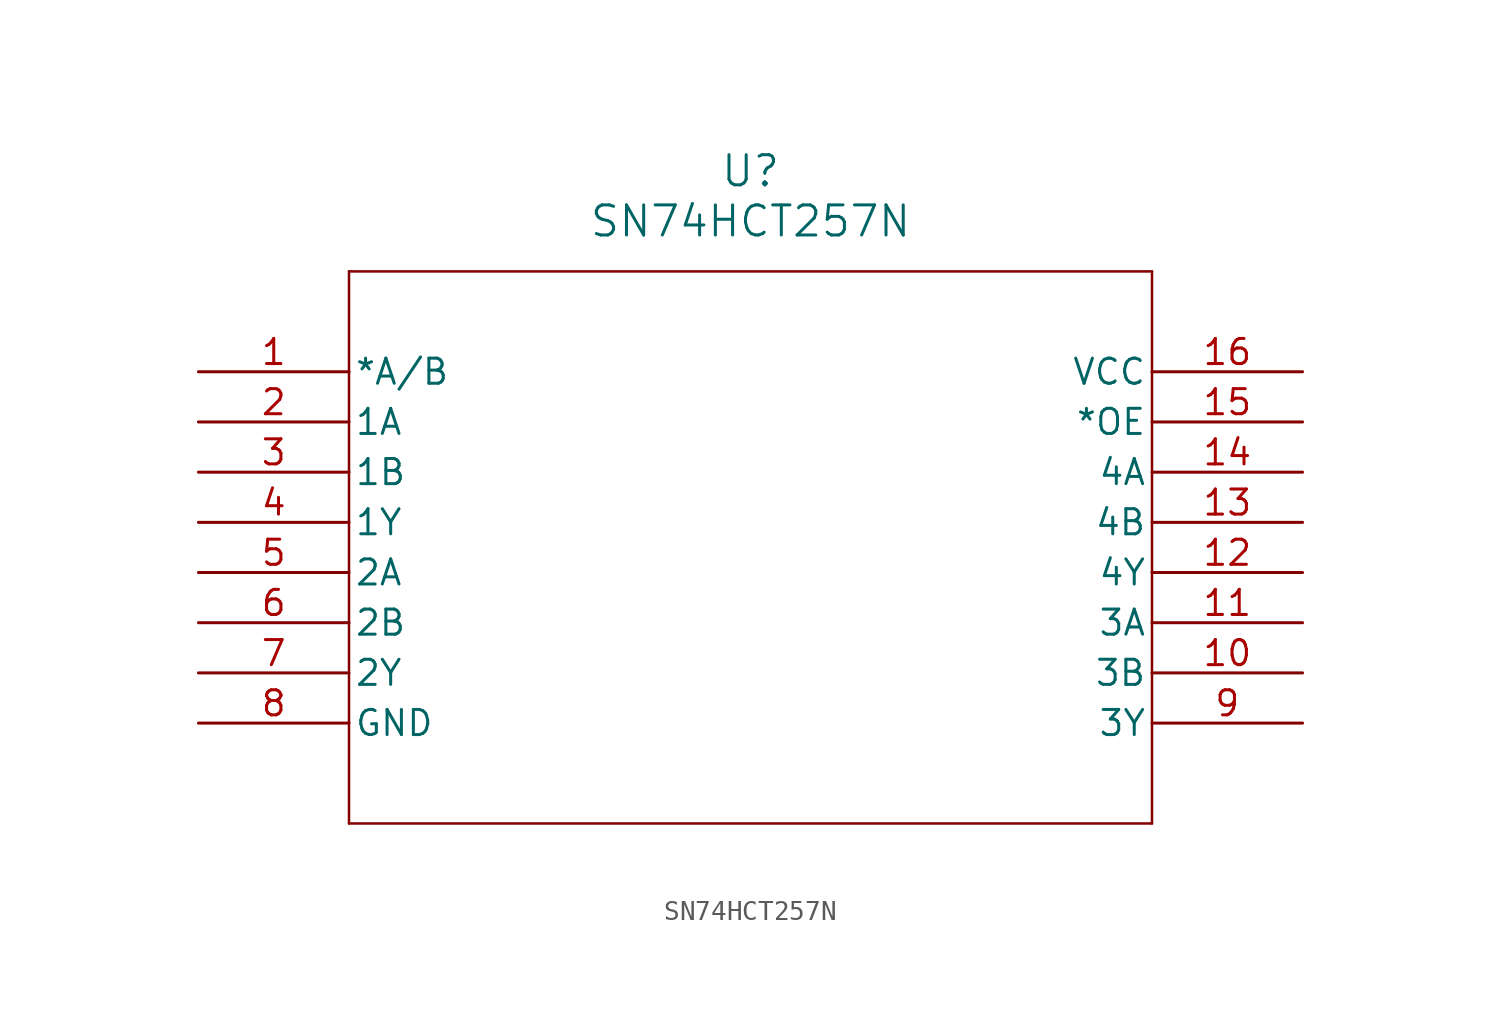
<source format=kicad_sym>
(kicad_symbol_lib
  (version 20211014)
  (generator kicad_symbol_editor)
  (symbol "SN74HCT257N"
    (pin_names
      (offset 0.254))
    (property "Reference" "U"
      (at 27.94 10.16 0)
      (effects (font (size 1.524 1.524))))
    (property "Value" "SN74HCT257N"
      (at 27.94 7.62 0)
      (effects (font (size 1.524 1.524))))
    (symbol "SN74HCT257N_0_1"
      (polyline (pts (xy 7.62 5.08) (xy 7.62 -22.86)) (stroke (width 0.127) (type default) (color 0 0 0 0)) (fill (type none)))
      (polyline (pts (xy 7.62 -22.86) (xy 48.26 -22.86)) (stroke (width 0.127) (type default) (color 0 0 0 0)) (fill (type none)))
      (polyline (pts (xy 48.26 -22.86) (xy 48.26 5.08)) (stroke (width 0.127) (type default) (color 0 0 0 0)) (fill (type none)))
      (polyline (pts (xy 48.26 5.08) (xy 7.62 5.08)) (stroke (width 0.127) (type default) (color 0 0 0 0)) (fill (type none)))
      (pin input line (at 0 0 0) (length 7.62) (name "*A/B" (effects (font (size 1.27 1.27)))) (number "1" (effects (font (size 1.27 1.27)))))
      (pin input line (at 0 -2.54 0) (length 7.62) (name "1A" (effects (font (size 1.27 1.27)))) (number "2" (effects (font (size 1.27 1.27)))))
      (pin input line (at 0 -5.08 0) (length 7.62) (name "1B" (effects (font (size 1.27 1.27)))) (number "3" (effects (font (size 1.27 1.27)))))
      (pin output line (at 0 -7.62 0) (length 7.62) (name "1Y" (effects (font (size 1.27 1.27)))) (number "4" (effects (font (size 1.27 1.27)))))
      (pin input line (at 0 -10.16 0) (length 7.62) (name "2A" (effects (font (size 1.27 1.27)))) (number "5" (effects (font (size 1.27 1.27)))))
      (pin input line (at 0 -12.7 0) (length 7.62) (name "2B" (effects (font (size 1.27 1.27)))) (number "6" (effects (font (size 1.27 1.27)))))
      (pin output line (at 0 -15.24 0) (length 7.62) (name "2Y" (effects (font (size 1.27 1.27)))) (number "7" (effects (font (size 1.27 1.27)))))
      (pin power_in line (at 0 -17.78 0) (length 7.62) (name "GND" (effects (font (size 1.27 1.27)))) (number "8" (effects (font (size 1.27 1.27)))))
      (pin output line (at 55.88 -17.78 180) (length 7.62) (name "3Y" (effects (font (size 1.27 1.27)))) (number "9" (effects (font (size 1.27 1.27)))))
      (pin input line (at 55.88 -15.24 180) (length 7.62) (name "3B" (effects (font (size 1.27 1.27)))) (number "10" (effects (font (size 1.27 1.27)))))
      (pin input line (at 55.88 -12.7 180) (length 7.62) (name "3A" (effects (font (size 1.27 1.27)))) (number "11" (effects (font (size 1.27 1.27)))))
      (pin output line (at 55.88 -10.16 180) (length 7.62) (name "4Y" (effects (font (size 1.27 1.27)))) (number "12" (effects (font (size 1.27 1.27)))))
      (pin input line (at 55.88 -7.62 180) (length 7.62) (name "4B" (effects (font (size 1.27 1.27)))) (number "13" (effects (font (size 1.27 1.27)))))
      (pin input line (at 55.88 -5.08 180) (length 7.62) (name "4A" (effects (font (size 1.27 1.27)))) (number "14" (effects (font (size 1.27 1.27)))))
      (pin input line (at 55.88 -2.54 180) (length 7.62) (name "*OE" (effects (font (size 1.27 1.27)))) (number "15" (effects (font (size 1.27 1.27)))))
      (pin power_in line (at 55.88 0 180) (length 7.62) (name "VCC" (effects (font (size 1.27 1.27)))) (number "16" (effects (font (size 1.27 1.27))))))))
</source>
